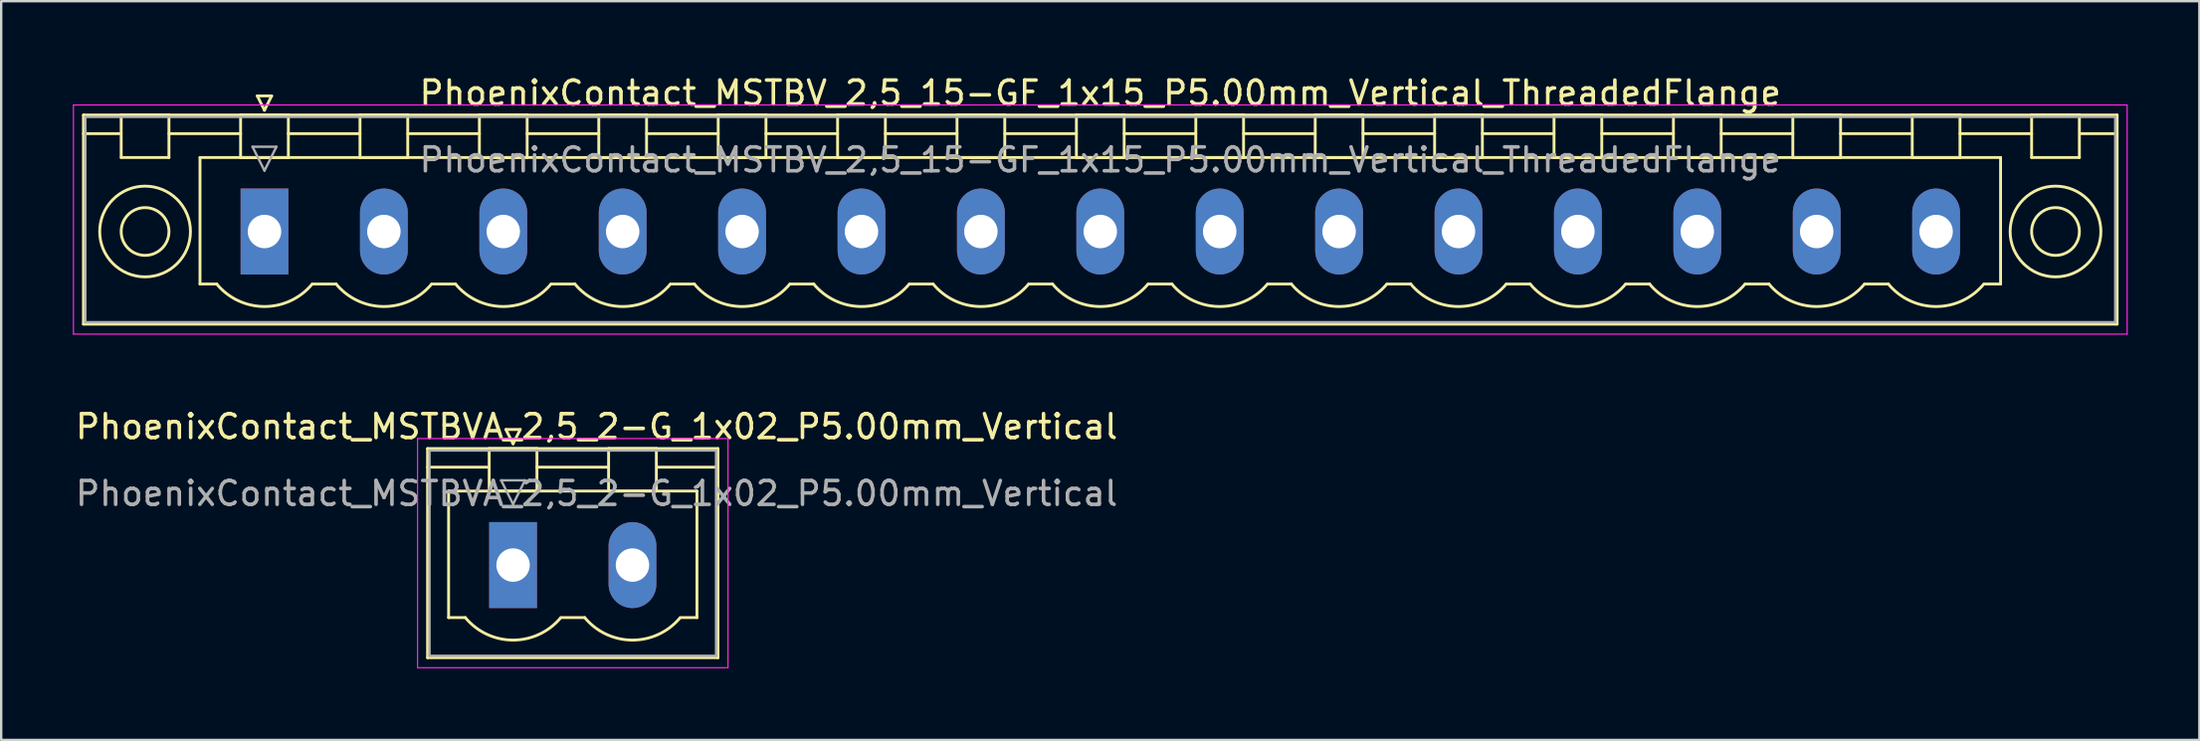
<source format=kicad_pcb>
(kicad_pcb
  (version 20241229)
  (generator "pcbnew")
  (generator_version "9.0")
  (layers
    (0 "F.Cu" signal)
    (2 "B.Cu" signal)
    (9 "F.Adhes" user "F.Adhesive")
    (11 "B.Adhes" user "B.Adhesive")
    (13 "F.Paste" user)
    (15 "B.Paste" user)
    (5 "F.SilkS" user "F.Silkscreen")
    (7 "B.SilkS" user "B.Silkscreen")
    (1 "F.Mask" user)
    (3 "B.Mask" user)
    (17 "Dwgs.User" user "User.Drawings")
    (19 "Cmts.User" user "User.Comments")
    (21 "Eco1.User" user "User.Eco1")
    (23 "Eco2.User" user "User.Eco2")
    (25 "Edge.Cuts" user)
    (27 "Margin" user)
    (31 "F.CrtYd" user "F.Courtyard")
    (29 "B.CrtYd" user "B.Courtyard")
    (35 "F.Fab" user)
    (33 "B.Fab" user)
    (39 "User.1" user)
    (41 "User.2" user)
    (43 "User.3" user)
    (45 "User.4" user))
  (footprint "PhoenixContact_MSTBV_2,5_15-GF_1x15_P5.00mm_Vertical_ThreadedFlange"
    (layer "F.Cu")
    (at 8.025 6.648)
    (property "Reference" "PhoenixContact_MSTBV_2,5_15-GF_1x15_P5.00mm_Vertical_ThreadedFlange" (at 35 -5.8 0) (layer "F.SilkS") (effects (font (size 1 1) (thickness 0.15))))
    (attr through_hole)
    (fp_line (start -7.58 -4.88) (end -7.58 3.88) (stroke (width 0.12) (type solid)) (layer "F.SilkS"))
    (fp_line (start -7.58 -4.1) (end -6.08 -4.1) (stroke (width 0.12) (type solid)) (layer "F.SilkS"))
    (fp_line (start -7.58 3.88) (end 77.58 3.88) (stroke (width 0.12) (type solid)) (layer "F.SilkS"))
    (fp_line (start -6 -4.88) (end -4 -4.88) (stroke (width 0.12) (type solid)) (layer "F.SilkS"))
    (fp_line (start -6 -3.1) (end -6 -4.88) (stroke (width 0.12) (type solid)) (layer "F.SilkS"))
    (fp_line (start -4 -4.88) (end -4 -3.1) (stroke (width 0.12) (type solid)) (layer "F.SilkS"))
    (fp_line (start -4 -4.1) (end -1 -4.1) (stroke (width 0.12) (type solid)) (layer "F.SilkS"))
    (fp_line (start -4 -3.1) (end -6 -3.1) (stroke (width 0.12) (type solid)) (layer "F.SilkS"))
    (fp_line (start -2.7 -3.1) (end 72.7 -3.1) (stroke (width 0.12) (type solid)) (layer "F.SilkS"))
    (fp_line (start -2.7 2.2) (end -2.7 -3.1) (stroke (width 0.12) (type solid)) (layer "F.SilkS"))
    (fp_line (start -2 2.2) (end -2.7 2.2) (stroke (width 0.12) (type solid)) (layer "F.SilkS"))
    (fp_line (start -1 -4.88) (end 1 -4.88) (stroke (width 0.12) (type solid)) (layer "F.SilkS"))
    (fp_line (start -1 -3.1) (end -1 -4.88) (stroke (width 0.12) (type solid)) (layer "F.SilkS"))
    (fp_line (start -0.3 -5.68) (end 0.3 -5.68) (stroke (width 0.12) (type solid)) (layer "F.SilkS"))
    (fp_line (start 0 -5.08) (end -0.3 -5.68) (stroke (width 0.12) (type solid)) (layer "F.SilkS"))
    (fp_line (start 0.3 -5.68) (end 0 -5.08) (stroke (width 0.12) (type solid)) (layer "F.SilkS"))
    (fp_line (start 1 -4.88) (end 1 -3.1) (stroke (width 0.12) (type solid)) (layer "F.SilkS"))
    (fp_line (start 1 -4.1) (end 4 -4.1) (stroke (width 0.12) (type solid)) (layer "F.SilkS"))
    (fp_line (start 1 -3.1) (end -1 -3.1) (stroke (width 0.12) (type solid)) (layer "F.SilkS"))
    (fp_line (start 2 2.2) (end 3 2.2) (stroke (width 0.12) (type solid)) (layer "F.SilkS"))
    (fp_line (start 4 -4.88) (end 6 -4.88) (stroke (width 0.12) (type solid)) (layer "F.SilkS"))
    (fp_line (start 4 -3.1) (end 4 -4.88) (stroke (width 0.12) (type solid)) (layer "F.SilkS"))
    (fp_line (start 6 -4.88) (end 6 -3.1) (stroke (width 0.12) (type solid)) (layer "F.SilkS"))
    (fp_line (start 6 -4.1) (end 9 -4.1) (stroke (width 0.12) (type solid)) (layer "F.SilkS"))
    (fp_line (start 6 -3.1) (end 4 -3.1) (stroke (width 0.12) (type solid)) (layer "F.SilkS"))
    (fp_line (start 7 2.2) (end 8 2.2) (stroke (width 0.12) (type solid)) (layer "F.SilkS"))
    (fp_line (start 9 -4.88) (end 11 -4.88) (stroke (width 0.12) (type solid)) (layer "F.SilkS"))
    (fp_line (start 9 -3.1) (end 9 -4.88) (stroke (width 0.12) (type solid)) (layer "F.SilkS"))
    (fp_line (start 11 -4.88) (end 11 -3.1) (stroke (width 0.12) (type solid)) (layer "F.SilkS"))
    (fp_line (start 11 -4.1) (end 14 -4.1) (stroke (width 0.12) (type solid)) (layer "F.SilkS"))
    (fp_line (start 11 -3.1) (end 9 -3.1) (stroke (width 0.12) (type solid)) (layer "F.SilkS"))
    (fp_line (start 12 2.2) (end 13 2.2) (stroke (width 0.12) (type solid)) (layer "F.SilkS"))
    (fp_line (start 14 -4.88) (end 16 -4.88) (stroke (width 0.12) (type solid)) (layer "F.SilkS"))
    (fp_line (start 14 -3.1) (end 14 -4.88) (stroke (width 0.12) (type solid)) (layer "F.SilkS"))
    (fp_line (start 16 -4.88) (end 16 -3.1) (stroke (width 0.12) (type solid)) (layer "F.SilkS"))
    (fp_line (start 16 -4.1) (end 19 -4.1) (stroke (width 0.12) (type solid)) (layer "F.SilkS"))
    (fp_line (start 16 -3.1) (end 14 -3.1) (stroke (width 0.12) (type solid)) (layer "F.SilkS"))
    (fp_line (start 17 2.2) (end 18 2.2) (stroke (width 0.12) (type solid)) (layer "F.SilkS"))
    (fp_line (start 19 -4.88) (end 21 -4.88) (stroke (width 0.12) (type solid)) (layer "F.SilkS"))
    (fp_line (start 19 -3.1) (end 19 -4.88) (stroke (width 0.12) (type solid)) (layer "F.SilkS"))
    (fp_line (start 21 -4.88) (end 21 -3.1) (stroke (width 0.12) (type solid)) (layer "F.SilkS"))
    (fp_line (start 21 -4.1) (end 24 -4.1) (stroke (width 0.12) (type solid)) (layer "F.SilkS"))
    (fp_line (start 21 -3.1) (end 19 -3.1) (stroke (width 0.12) (type solid)) (layer "F.SilkS"))
    (fp_line (start 22 2.2) (end 23 2.2) (stroke (width 0.12) (type solid)) (layer "F.SilkS"))
    (fp_line (start 24 -4.88) (end 26 -4.88) (stroke (width 0.12) (type solid)) (layer "F.SilkS"))
    (fp_line (start 24 -3.1) (end 24 -4.88) (stroke (width 0.12) (type solid)) (layer "F.SilkS"))
    (fp_line (start 26 -4.88) (end 26 -3.1) (stroke (width 0.12) (type solid)) (layer "F.SilkS"))
    (fp_line (start 26 -4.1) (end 29 -4.1) (stroke (width 0.12) (type solid)) (layer "F.SilkS"))
    (fp_line (start 26 -3.1) (end 24 -3.1) (stroke (width 0.12) (type solid)) (layer "F.SilkS"))
    (fp_line (start 27 2.2) (end 28 2.2) (stroke (width 0.12) (type solid)) (layer "F.SilkS"))
    (fp_line (start 29 -4.88) (end 31 -4.88) (stroke (width 0.12) (type solid)) (layer "F.SilkS"))
    (fp_line (start 29 -3.1) (end 29 -4.88) (stroke (width 0.12) (type solid)) (layer "F.SilkS"))
    (fp_line (start 31 -4.88) (end 31 -3.1) (stroke (width 0.12) (type solid)) (layer "F.SilkS"))
    (fp_line (start 31 -4.1) (end 34 -4.1) (stroke (width 0.12) (type solid)) (layer "F.SilkS"))
    (fp_line (start 31 -3.1) (end 29 -3.1) (stroke (width 0.12) (type solid)) (layer "F.SilkS"))
    (fp_line (start 32 2.2) (end 33 2.2) (stroke (width 0.12) (type solid)) (layer "F.SilkS"))
    (fp_line (start 34 -4.88) (end 36 -4.88) (stroke (width 0.12) (type solid)) (layer "F.SilkS"))
    (fp_line (start 34 -3.1) (end 34 -4.88) (stroke (width 0.12) (type solid)) (layer "F.SilkS"))
    (fp_line (start 36 -4.88) (end 36 -3.1) (stroke (width 0.12) (type solid)) (layer "F.SilkS"))
    (fp_line (start 36 -4.1) (end 39 -4.1) (stroke (width 0.12) (type solid)) (layer "F.SilkS"))
    (fp_line (start 36 -3.1) (end 34 -3.1) (stroke (width 0.12) (type solid)) (layer "F.SilkS"))
    (fp_line (start 37 2.2) (end 38 2.2) (stroke (width 0.12) (type solid)) (layer "F.SilkS"))
    (fp_line (start 39 -4.88) (end 41 -4.88) (stroke (width 0.12) (type solid)) (layer "F.SilkS"))
    (fp_line (start 39 -3.1) (end 39 -4.88) (stroke (width 0.12) (type solid)) (layer "F.SilkS"))
    (fp_line (start 41 -4.88) (end 41 -3.1) (stroke (width 0.12) (type solid)) (layer "F.SilkS"))
    (fp_line (start 41 -4.1) (end 44 -4.1) (stroke (width 0.12) (type solid)) (layer "F.SilkS"))
    (fp_line (start 41 -3.1) (end 39 -3.1) (stroke (width 0.12) (type solid)) (layer "F.SilkS"))
    (fp_line (start 42 2.2) (end 43 2.2) (stroke (width 0.12) (type solid)) (layer "F.SilkS"))
    (fp_line (start 44 -4.88) (end 46 -4.88) (stroke (width 0.12) (type solid)) (layer "F.SilkS"))
    (fp_line (start 44 -3.1) (end 44 -4.88) (stroke (width 0.12) (type solid)) (layer "F.SilkS"))
    (fp_line (start 46 -4.88) (end 46 -3.1) (stroke (width 0.12) (type solid)) (layer "F.SilkS"))
    (fp_line (start 46 -4.1) (end 49 -4.1) (stroke (width 0.12) (type solid)) (layer "F.SilkS"))
    (fp_line (start 46 -3.1) (end 44 -3.1) (stroke (width 0.12) (type solid)) (layer "F.SilkS"))
    (fp_line (start 47 2.2) (end 48 2.2) (stroke (width 0.12) (type solid)) (layer "F.SilkS"))
    (fp_line (start 49 -4.88) (end 51 -4.88) (stroke (width 0.12) (type solid)) (layer "F.SilkS"))
    (fp_line (start 49 -3.1) (end 49 -4.88) (stroke (width 0.12) (type solid)) (layer "F.SilkS"))
    (fp_line (start 51 -4.88) (end 51 -3.1) (stroke (width 0.12) (type solid)) (layer "F.SilkS"))
    (fp_line (start 51 -4.1) (end 54 -4.1) (stroke (width 0.12) (type solid)) (layer "F.SilkS"))
    (fp_line (start 51 -3.1) (end 49 -3.1) (stroke (width 0.12) (type solid)) (layer "F.SilkS"))
    (fp_line (start 52 2.2) (end 53 2.2) (stroke (width 0.12) (type solid)) (layer "F.SilkS"))
    (fp_line (start 54 -4.88) (end 56 -4.88) (stroke (width 0.12) (type solid)) (layer "F.SilkS"))
    (fp_line (start 54 -3.1) (end 54 -4.88) (stroke (width 0.12) (type solid)) (layer "F.SilkS"))
    (fp_line (start 56 -4.88) (end 56 -3.1) (stroke (width 0.12) (type solid)) (layer "F.SilkS"))
    (fp_line (start 56 -4.1) (end 59 -4.1) (stroke (width 0.12) (type solid)) (layer "F.SilkS"))
    (fp_line (start 56 -3.1) (end 54 -3.1) (stroke (width 0.12) (type solid)) (layer "F.SilkS"))
    (fp_line (start 57 2.2) (end 58 2.2) (stroke (width 0.12) (type solid)) (layer "F.SilkS"))
    (fp_line (start 59 -4.88) (end 61 -4.88) (stroke (width 0.12) (type solid)) (layer "F.SilkS"))
    (fp_line (start 59 -3.1) (end 59 -4.88) (stroke (width 0.12) (type solid)) (layer "F.SilkS"))
    (fp_line (start 61 -4.88) (end 61 -3.1) (stroke (width 0.12) (type solid)) (layer "F.SilkS"))
    (fp_line (start 61 -4.1) (end 64 -4.1) (stroke (width 0.12) (type solid)) (layer "F.SilkS"))
    (fp_line (start 61 -3.1) (end 59 -3.1) (stroke (width 0.12) (type solid)) (layer "F.SilkS"))
    (fp_line (start 62 2.2) (end 63 2.2) (stroke (width 0.12) (type solid)) (layer "F.SilkS"))
    (fp_line (start 64 -4.88) (end 66 -4.88) (stroke (width 0.12) (type solid)) (layer "F.SilkS"))
    (fp_line (start 64 -3.1) (end 64 -4.88) (stroke (width 0.12) (type solid)) (layer "F.SilkS"))
    (fp_line (start 66 -4.88) (end 66 -3.1) (stroke (width 0.12) (type solid)) (layer "F.SilkS"))
    (fp_line (start 66 -4.1) (end 69 -4.1) (stroke (width 0.12) (type solid)) (layer "F.SilkS"))
    (fp_line (start 66 -3.1) (end 64 -3.1) (stroke (width 0.12) (type solid)) (layer "F.SilkS"))
    (fp_line (start 67 2.2) (end 68 2.2) (stroke (width 0.12) (type solid)) (layer "F.SilkS"))
    (fp_line (start 69 -4.88) (end 71 -4.88) (stroke (width 0.12) (type solid)) (layer "F.SilkS"))
    (fp_line (start 69 -3.1) (end 69 -4.88) (stroke (width 0.12) (type solid)) (layer "F.SilkS"))
    (fp_line (start 71 -4.88) (end 71 -3.1) (stroke (width 0.12) (type solid)) (layer "F.SilkS"))
    (fp_line (start 71 -4.1) (end 74 -4.1) (stroke (width 0.12) (type solid)) (layer "F.SilkS"))
    (fp_line (start 71 -3.1) (end 69 -3.1) (stroke (width 0.12) (type solid)) (layer "F.SilkS"))
    (fp_line (start 72.7 -3.1) (end 72.7 2.2) (stroke (width 0.12) (type solid)) (layer "F.SilkS"))
    (fp_line (start 72.7 2.2) (end 72 2.2) (stroke (width 0.12) (type solid)) (layer "F.SilkS"))
    (fp_line (start 74 -4.88) (end 76 -4.88) (stroke (width 0.12) (type solid)) (layer "F.SilkS"))
    (fp_line (start 74 -3.1) (end 74 -4.88) (stroke (width 0.12) (type solid)) (layer "F.SilkS"))
    (fp_line (start 76 -4.88) (end 76 -3.1) (stroke (width 0.12) (type solid)) (layer "F.SilkS"))
    (fp_line (start 76 -3.1) (end 74 -3.1) (stroke (width 0.12) (type solid)) (layer "F.SilkS"))
    (fp_line (start 77.58 -4.88) (end -7.58 -4.88) (stroke (width 0.12) (type solid)) (layer "F.SilkS"))
    (fp_line (start 77.58 -4.1) (end 76.08 -4.1) (stroke (width 0.12) (type solid)) (layer "F.SilkS"))
    (fp_line (start 77.58 3.88) (end 77.58 -4.88) (stroke (width 0.12) (type solid)) (layer "F.SilkS"))
    (fp_arc (start 1.986842 2.215821) (mid -0.010289 3.142758) (end -2 2.2) (stroke (width 0.12) (type solid)) (layer "F.SilkS"))
    (fp_arc (start 6.986842 2.215821) (mid 4.989711 3.142758) (end 3 2.2) (stroke (width 0.12) (type solid)) (layer "F.SilkS"))
    (fp_arc (start 11.986842 2.215821) (mid 9.989711 3.142758) (end 8 2.2) (stroke (width 0.12) (type solid)) (layer "F.SilkS"))
    (fp_arc (start 16.986842 2.215821) (mid 14.989711 3.142758) (end 13 2.2) (stroke (width 0.12) (type solid)) (layer "F.SilkS"))
    (fp_arc (start 21.986842 2.215821) (mid 19.989711 3.142758) (end 18 2.2) (stroke (width 0.12) (type solid)) (layer "F.SilkS"))
    (fp_arc (start 26.986842 2.215821) (mid 24.989711 3.142758) (end 23 2.2) (stroke (width 0.12) (type solid)) (layer "F.SilkS"))
    (fp_arc (start 31.986842 2.215821) (mid 29.989711 3.142758) (end 28 2.2) (stroke (width 0.12) (type solid)) (layer "F.SilkS"))
    (fp_arc (start 36.986842 2.215821) (mid 34.989711 3.142758) (end 33 2.2) (stroke (width 0.12) (type solid)) (layer "F.SilkS"))
    (fp_arc (start 41.986842 2.215821) (mid 39.989711 3.142758) (end 38 2.2) (stroke (width 0.12) (type solid)) (layer "F.SilkS"))
    (fp_arc (start 46.986842 2.215821) (mid 44.989711 3.142758) (end 43 2.2) (stroke (width 0.12) (type solid)) (layer "F.SilkS"))
    (fp_arc (start 51.986842 2.215821) (mid 49.989711 3.142758) (end 48 2.2) (stroke (width 0.12) (type solid)) (layer "F.SilkS"))
    (fp_arc (start 56.986842 2.215821) (mid 54.989711 3.142758) (end 53 2.2) (stroke (width 0.12) (type solid)) (layer "F.SilkS"))
    (fp_arc (start 61.986842 2.215821) (mid 59.989711 3.142758) (end 58 2.2) (stroke (width 0.12) (type solid)) (layer "F.SilkS"))
    (fp_arc (start 66.986842 2.215821) (mid 64.989711 3.142758) (end 63 2.2) (stroke (width 0.12) (type solid)) (layer "F.SilkS"))
    (fp_arc (start 71.986842 2.215821) (mid 69.989711 3.142758) (end 68 2.2) (stroke (width 0.12) (type solid)) (layer "F.SilkS"))
    (fp_circle (center -5 0) (end -4 0) (stroke (width 0.12) (type solid)) (fill no) (layer "F.SilkS"))
    (fp_circle (center -5 0) (end -3.1 0) (stroke (width 0.12) (type solid)) (fill no) (layer "F.SilkS"))
    (fp_circle (center 75 0) (end 76 0) (stroke (width 0.12) (type solid)) (fill no) (layer "F.SilkS"))
    (fp_circle (center 75 0) (end 76.9 0) (stroke (width 0.12) (type solid)) (fill no) (layer "F.SilkS"))
    (fp_line (start -8 -5.3) (end -8 4.3) (stroke (width 0.05) (type solid)) (layer "F.CrtYd"))
    (fp_line (start -8 4.3) (end 78 4.3) (stroke (width 0.05) (type solid)) (layer "F.CrtYd"))
    (fp_line (start 78 -5.3) (end -8 -5.3) (stroke (width 0.05) (type solid)) (layer "F.CrtYd"))
    (fp_line (start 78 4.3) (end 78 -5.3) (stroke (width 0.05) (type solid)) (layer "F.CrtYd"))
    (fp_line (start -7.5 -4.8) (end -7.5 3.8) (stroke (width 0.1) (type solid)) (layer "F.Fab"))
    (fp_line (start -7.5 3.8) (end 77.5 3.8) (stroke (width 0.1) (type solid)) (layer "F.Fab"))
    (fp_line (start -0.5 -3.55) (end 0.5 -3.55) (stroke (width 0.1) (type solid)) (layer "F.Fab"))
    (fp_line (start 0 -2.55) (end -0.5 -3.55) (stroke (width 0.1) (type solid)) (layer "F.Fab"))
    (fp_line (start 0.5 -3.55) (end 0 -2.55) (stroke (width 0.1) (type solid)) (layer "F.Fab"))
    (fp_line (start 77.5 -4.8) (end -7.5 -4.8) (stroke (width 0.1) (type solid)) (layer "F.Fab"))
    (fp_line (start 77.5 3.8) (end 77.5 -4.8) (stroke (width 0.1) (type solid)) (layer "F.Fab"))
    (fp_text user "${REFERENCE}" (at 35 -3 0) (layer "F.Fab") (effects (font (size 1 1) (thickness 0.15))))
    (pad "1" thru_hole rect (at 0 0) (size 2 3.6) (drill 1.4) (layers "*.Cu" "*.Mask"))
    (pad "2" thru_hole oval (at 5 0) (size 2 3.6) (drill 1.4) (layers "*.Cu" "*.Mask"))
    (pad "3" thru_hole oval (at 10 0) (size 2 3.6) (drill 1.4) (layers "*.Cu" "*.Mask"))
    (pad "4" thru_hole oval (at 15 0) (size 2 3.6) (drill 1.4) (layers "*.Cu" "*.Mask"))
    (pad "5" thru_hole oval (at 20 0) (size 2 3.6) (drill 1.4) (layers "*.Cu" "*.Mask"))
    (pad "6" thru_hole oval (at 25 0) (size 2 3.6) (drill 1.4) (layers "*.Cu" "*.Mask"))
    (pad "7" thru_hole oval (at 30 0) (size 2 3.6) (drill 1.4) (layers "*.Cu" "*.Mask"))
    (pad "8" thru_hole oval (at 35 0) (size 2 3.6) (drill 1.4) (layers "*.Cu" "*.Mask"))
    (pad "9" thru_hole oval (at 40 0) (size 2 3.6) (drill 1.4) (layers "*.Cu" "*.Mask"))
    (pad "10" thru_hole oval (at 45 0) (size 2 3.6) (drill 1.4) (layers "*.Cu" "*.Mask"))
    (pad "11" thru_hole oval (at 50 0) (size 2 3.6) (drill 1.4) (layers "*.Cu" "*.Mask"))
    (pad "12" thru_hole oval (at 55 0) (size 2 3.6) (drill 1.4) (layers "*.Cu" "*.Mask"))
    (pad "13" thru_hole oval (at 60 0) (size 2 3.6) (drill 1.4) (layers "*.Cu" "*.Mask"))
    (pad "14" thru_hole oval (at 65 0) (size 2 3.6) (drill 1.4) (layers "*.Cu" "*.Mask"))
    (pad "15" thru_hole oval (at 70 0) (size 2 3.6) (drill 1.4) (layers "*.Cu" "*.Mask")))
  (footprint "PhoenixContact_MSTBVA_2,5_2-G_1x02_P5.00mm_Vertical"
    (layer "F.Cu")
    (at 18.435 20.622)
    (property "Reference" "PhoenixContact_MSTBVA_2,5_2-G_1x02_P5.00mm_Vertical" (at 3.5 -5.8 0) (layer "F.SilkS") (effects (font (size 1 1) (thickness 0.15))))
    (attr through_hole)
    (fp_line (start -3.58 -4.88) (end -3.58 3.88) (stroke (width 0.12) (type solid)) (layer "F.SilkS"))
    (fp_line (start -3.58 -4.1) (end -1.08 -4.1) (stroke (width 0.12) (type solid)) (layer "F.SilkS"))
    (fp_line (start -3.58 3.88) (end 8.58 3.88) (stroke (width 0.12) (type solid)) (layer "F.SilkS"))
    (fp_line (start -2.7 -3.1) (end 7.7 -3.1) (stroke (width 0.12) (type solid)) (layer "F.SilkS"))
    (fp_line (start -2.7 2.2) (end -2.7 -3.1) (stroke (width 0.12) (type solid)) (layer "F.SilkS"))
    (fp_line (start -2 2.2) (end -2.7 2.2) (stroke (width 0.12) (type solid)) (layer "F.SilkS"))
    (fp_line (start -1 -4.88) (end 1 -4.88) (stroke (width 0.12) (type solid)) (layer "F.SilkS"))
    (fp_line (start -1 -3.1) (end -1 -4.88) (stroke (width 0.12) (type solid)) (layer "F.SilkS"))
    (fp_line (start -0.3 -5.68) (end 0.3 -5.68) (stroke (width 0.12) (type solid)) (layer "F.SilkS"))
    (fp_line (start 0 -5.08) (end -0.3 -5.68) (stroke (width 0.12) (type solid)) (layer "F.SilkS"))
    (fp_line (start 0.3 -5.68) (end 0 -5.08) (stroke (width 0.12) (type solid)) (layer "F.SilkS"))
    (fp_line (start 1 -4.88) (end 1 -3.1) (stroke (width 0.12) (type solid)) (layer "F.SilkS"))
    (fp_line (start 1 -4.1) (end 4 -4.1) (stroke (width 0.12) (type solid)) (layer "F.SilkS"))
    (fp_line (start 1 -3.1) (end -1 -3.1) (stroke (width 0.12) (type solid)) (layer "F.SilkS"))
    (fp_line (start 2 2.2) (end 3 2.2) (stroke (width 0.12) (type solid)) (layer "F.SilkS"))
    (fp_line (start 4 -4.88) (end 6 -4.88) (stroke (width 0.12) (type solid)) (layer "F.SilkS"))
    (fp_line (start 4 -3.1) (end 4 -4.88) (stroke (width 0.12) (type solid)) (layer "F.SilkS"))
    (fp_line (start 6 -4.88) (end 6 -3.1) (stroke (width 0.12) (type solid)) (layer "F.SilkS"))
    (fp_line (start 6 -3.1) (end 4 -3.1) (stroke (width 0.12) (type solid)) (layer "F.SilkS"))
    (fp_line (start 7.7 -3.1) (end 7.7 2.2) (stroke (width 0.12) (type solid)) (layer "F.SilkS"))
    (fp_line (start 7.7 2.2) (end 7 2.2) (stroke (width 0.12) (type solid)) (layer "F.SilkS"))
    (fp_line (start 8.58 -4.88) (end -3.58 -4.88) (stroke (width 0.12) (type solid)) (layer "F.SilkS"))
    (fp_line (start 8.58 -4.1) (end 6.08 -4.1) (stroke (width 0.12) (type solid)) (layer "F.SilkS"))
    (fp_line (start 8.58 3.88) (end 8.58 -4.88) (stroke (width 0.12) (type solid)) (layer "F.SilkS"))
    (fp_arc (start 1.986842 2.215821) (mid -0.010289 3.142758) (end -2 2.2) (stroke (width 0.12) (type solid)) (layer "F.SilkS"))
    (fp_arc (start 6.986842 2.215821) (mid 4.989711 3.142758) (end 3 2.2) (stroke (width 0.12) (type solid)) (layer "F.SilkS"))
    (fp_line (start -4 -5.3) (end -4 4.3) (stroke (width 0.05) (type solid)) (layer "F.CrtYd"))
    (fp_line (start -4 4.3) (end 9 4.3) (stroke (width 0.05) (type solid)) (layer "F.CrtYd"))
    (fp_line (start 9 -5.3) (end -4 -5.3) (stroke (width 0.05) (type solid)) (layer "F.CrtYd"))
    (fp_line (start 9 4.3) (end 9 -5.3) (stroke (width 0.05) (type solid)) (layer "F.CrtYd"))
    (fp_line (start -3.5 -4.8) (end -3.5 3.8) (stroke (width 0.1) (type solid)) (layer "F.Fab"))
    (fp_line (start -3.5 3.8) (end 8.5 3.8) (stroke (width 0.1) (type solid)) (layer "F.Fab"))
    (fp_line (start -0.5 -3.55) (end 0.5 -3.55) (stroke (width 0.1) (type solid)) (layer "F.Fab"))
    (fp_line (start 0 -2.55) (end -0.5 -3.55) (stroke (width 0.1) (type solid)) (layer "F.Fab"))
    (fp_line (start 0.5 -3.55) (end 0 -2.55) (stroke (width 0.1) (type solid)) (layer "F.Fab"))
    (fp_line (start 8.5 -4.8) (end -3.5 -4.8) (stroke (width 0.1) (type solid)) (layer "F.Fab"))
    (fp_line (start 8.5 3.8) (end 8.5 -4.8) (stroke (width 0.1) (type solid)) (layer "F.Fab"))
    (fp_text user "${REFERENCE}" (at 3.5 -3 0) (layer "F.Fab") (effects (font (size 1 1) (thickness 0.15))))
    (pad "1" thru_hole rect (at 0 0) (size 2 3.6) (drill 1.4) (layers "*.Cu" "*.Mask"))
    (pad "2" thru_hole oval (at 5 0) (size 2 3.6) (drill 1.4) (layers "*.Cu" "*.Mask")))
  (gr_rect
    (start -3 -3)
    (end 89.05 27.947)
    (stroke (width 0.1) (type default))
    (fill no)
    (layer "Edge.Cuts")))
</source>
